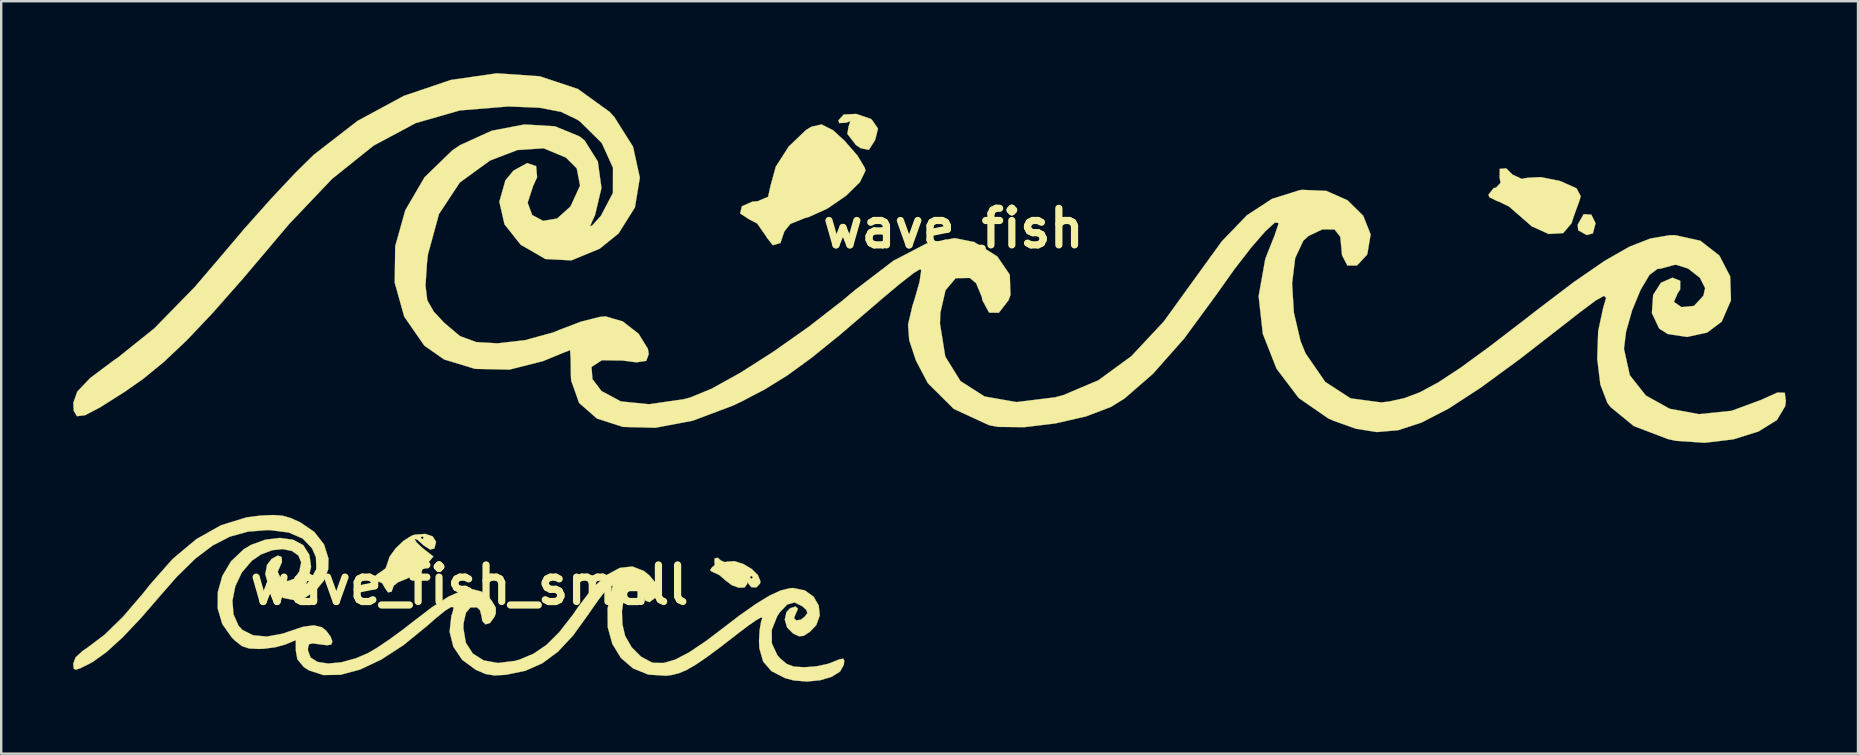
<source format=kicad_pcb>
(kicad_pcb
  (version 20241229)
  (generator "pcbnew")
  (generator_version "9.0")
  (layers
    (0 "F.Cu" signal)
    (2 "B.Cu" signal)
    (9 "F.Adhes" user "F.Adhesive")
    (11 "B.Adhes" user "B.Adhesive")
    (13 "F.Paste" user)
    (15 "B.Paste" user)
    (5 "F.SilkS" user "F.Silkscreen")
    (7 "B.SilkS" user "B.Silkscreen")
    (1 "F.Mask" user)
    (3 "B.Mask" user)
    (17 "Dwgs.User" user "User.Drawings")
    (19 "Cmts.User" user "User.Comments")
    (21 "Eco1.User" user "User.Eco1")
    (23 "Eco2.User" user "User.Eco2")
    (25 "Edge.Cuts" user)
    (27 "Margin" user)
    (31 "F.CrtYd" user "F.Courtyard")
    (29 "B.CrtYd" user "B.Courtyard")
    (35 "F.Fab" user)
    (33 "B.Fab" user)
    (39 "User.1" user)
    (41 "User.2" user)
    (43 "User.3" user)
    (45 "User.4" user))
  (footprint "wave_fish"
    (layer "F.Cu")
    (at 36.685 6.465)
    (property "Reference" "wave_fish" (at 0 0 0) (layer "F.SilkS") (effects (font (size 1.524 1.524) (thickness 0.3))))
    (attr through_hole)
    (fp_poly (pts (xy 26.581 -0.569) (xy 26.757 -0.212) (xy 26.647 0.208) (xy 26.388 0.282) (xy 26.031 0.08) (xy 26.014 -0.156) (xy 26.259 -0.59) (xy 26.581 -0.569)) (stroke (width 0.01) (type solid)) (fill yes) (layer "F.SilkS"))
    (fp_poly (pts (xy -3.461 -4.567) (xy -3.405 -4.533) (xy -3.146 -4.158) (xy -3.265 -3.679) (xy -3.525 -3.271) (xy -3.867 -3.337) (xy -4.067 -3.474) (xy -4.425 -3.937) (xy -4.374 -4.234) (xy -4.301 -4.47) (xy -4.472 -4.401) (xy -4.762 -4.386) (xy -4.798 -4.499) (xy -4.574 -4.743) (xy -4.054 -4.768) (xy -3.461 -4.567)) (stroke (width 0.01) (type solid)) (fill yes) (layer "F.SilkS"))
    (fp_poly (pts (xy 23.295 -2.239) (xy 23.678 -2.062) (xy 23.919 -2.105) (xy 24.47 -2.135) (xy 25.233 -1.983) (xy 25.321 -1.955) (xy 25.965 -1.667) (xy 26.138 -1.341) (xy 26.093 -1.171) (xy 25.838 -0.47) (xy 25.758 -0.212) (xy 25.407 0.199) (xy 24.801 0.236) (xy 24.096 -0.084) (xy 23.707 -0.423) (xy 23.153 -0.905) (xy 22.698 -1.127) (xy 22.67 -1.129) (xy 22.327 -1.298) (xy 22.296 -1.411) (xy 22.514 -1.68) (xy 22.608 -1.693) (xy 22.797 -1.899) (xy 22.758 -2.117) (xy 22.764 -2.479) (xy 23.035 -2.498) (xy 23.295 -2.239)) (stroke (width 0.01) (type solid)) (fill yes) (layer "F.SilkS"))
    (fp_poly (pts (xy -5.017 -4.086) (xy -4.536 -3.646) (xy -4 -3.029) (xy -3.696 -2.522) (xy -3.669 -2.402) (xy -3.901 -1.922) (xy -4.485 -1.352) (xy -5.253 -0.824) (xy -6.039 -0.468) (xy -6.202 -0.425) (xy -6.798 -0.184) (xy -7.055 0.138) (xy -7.056 0.147) (xy -7.211 0.613) (xy -7.532 0.703) (xy -7.799 0.361) (xy -7.806 0.337) (xy -8.18 -0.199) (xy -8.521 -0.378) (xy -8.893 -0.621) (xy -8.818 -0.92) (xy -8.371 -1.115) (xy -8.168 -1.129) (xy -7.727 -1.314) (xy -7.62 -1.796) (xy -7.405 -2.572) (xy -6.863 -3.413) (xy -6.152 -4.093) (xy -5.925 -4.234) (xy -5.497 -4.33) (xy -5.017 -4.086)) (stroke (width 0.01) (type solid)) (fill yes) (layer "F.SilkS"))
    (fp_poly (pts (xy -17.244 -6.337) (xy -15.653 -5.807) (xy -14.339 -4.86) (xy -14.138 -4.644) (xy -13.355 -3.404) (xy -13.071 -2.112) (xy -13.275 -0.872) (xy -13.957 0.214) (xy -14.742 0.848) (xy -15.922 1.336) (xy -17.005 1.28) (xy -18.041 0.68) (xy -18.711 -0.167) (xy -18.927 -1.108) (xy -18.675 -1.997) (xy -18.338 -2.405) (xy -17.766 -2.719) (xy -17.393 -2.592) (xy -17.352 -2.128) (xy -17.519 -1.764) (xy -17.745 -1.066) (xy -17.558 -0.555) (xy -17.102 -0.311) (xy -16.518 -0.41) (xy -15.962 -0.909) (xy -15.562 -1.78) (xy -15.702 -2.5) (xy -16.149 -2.947) (xy -17.08 -3.335) (xy -18.17 -3.263) (xy -19.314 -2.825) (xy -20.574 -1.908) (xy -21.441 -0.596) (xy -21.901 1.089) (xy -21.941 1.438) (xy -22.002 2.389) (xy -21.929 2.995) (xy -21.66 3.47) (xy -21.226 3.935) (xy -20.567 4.49) (xy -19.891 4.74) (xy -19.001 4.792) (xy -17.856 4.66) (xy -16.686 4.34) (xy -16.409 4.227) (xy -15.521 3.888) (xy -14.733 3.69) (xy -14.504 3.669) (xy -13.782 3.879) (xy -13.124 4.391) (xy -12.734 5.023) (xy -12.7 5.246) (xy -12.805 5.524) (xy -13.21 5.585) (xy -13.792 5.51) (xy -14.653 5.498) (xy -15.086 5.778) (xy -15.045 6.284) (xy -14.669 6.78) (xy -13.861 7.213) (xy -12.687 7.33) (xy -11.25 7.123) (xy -10.964 7.048) (xy -10.076 6.682) (xy -8.882 6.019) (xy -7.501 5.138) (xy -6.049 4.114) (xy -4.646 3.026) (xy -4.107 2.575) (xy -2.51 1.355) (xy -1.133 0.636) (xy 0.047 0.407) (xy 0.863 0.571) (xy 1.823 1.168) (xy 2.346 1.933) (xy 2.375 2.774) (xy 2.294 2.997) (xy 1.89 3.519) (xy 1.483 3.513) (xy 1.204 2.998) (xy 1.178 2.853) (xy 0.941 2.287) (xy 0.68 2.068) (xy 0.09 2.079) (xy -0.332 2.58) (xy -0.546 3.509) (xy -0.564 3.964) (xy -0.343 5.343) (xy 0.292 6.366) (xy 1.296 7.007) (xy 2.624 7.241) (xy 4.231 7.042) (xy 4.583 6.948) (xy 6.038 6.332) (xy 7.409 5.33) (xy 8.762 3.884) (xy 10.066 2.081) (xy 11.186 0.535) (xy 12.227 -0.544) (xy 13.274 -1.228) (xy 14.415 -1.587) (xy 14.517 -1.604) (xy 15.535 -1.562) (xy 16.423 -1.167) (xy 17.074 -0.526) (xy 17.384 0.256) (xy 17.246 1.071) (xy 17.225 1.11) (xy 16.818 1.547) (xy 16.414 1.55) (xy 16.192 1.122) (xy 16.19 1.105) (xy 16.131 0.48) (xy 16.119 0.353) (xy 15.878 0.049) (xy 15.37 0.044) (xy 14.796 0.318) (xy 14.578 0.516) (xy 14.24 1.237) (xy 14.11 2.296) (xy 14.184 3.509) (xy 14.46 4.691) (xy 14.67 5.209) (xy 15.491 6.399) (xy 16.549 7.085) (xy 17.819 7.255) (xy 18.16 7.216) (xy 18.794 7.075) (xy 19.448 6.827) (xy 20.201 6.421) (xy 21.132 5.809) (xy 22.32 4.942) (xy 23.844 3.773) (xy 24.223 3.476) (xy 25.842 2.246) (xy 27.131 1.357) (xy 28.17 0.764) (xy 29.044 0.423) (xy 29.831 0.289) (xy 30.058 0.282) (xy 31.125 0.517) (xy 31.918 1.135) (xy 32.367 2.006) (xy 32.4 2.998) (xy 32.016 3.888) (xy 31.408 4.344) (xy 30.571 4.526) (xy 29.766 4.405) (xy 29.408 4.177) (xy 29.103 3.532) (xy 29.156 2.776) (xy 29.48 2.268) (xy 29.961 2.057) (xy 30.286 2.186) (xy 30.282 2.55) (xy 30.18 2.703) (xy 30.023 3.066) (xy 30.336 3.283) (xy 30.859 3.233) (xy 31.249 2.811) (xy 31.322 2.49) (xy 31.105 2.062) (xy 30.611 1.675) (xy 30.102 1.516) (xy 29.997 1.536) (xy 29.474 1.679) (xy 29.334 1.693) (xy 29.004 1.941) (xy 28.629 2.573) (xy 28.28 3.419) (xy 28.027 4.311) (xy 27.94 5.02) (xy 28.184 6.121) (xy 28.851 6.966) (xy 29.845 7.519) (xy 31.069 7.744) (xy 32.426 7.604) (xy 33.641 7.156) (xy 34.328 6.846) (xy 34.64 6.848) (xy 34.688 7.19) (xy 34.662 7.406) (xy 34.316 7.989) (xy 33.549 8.465) (xy 32.499 8.794) (xy 31.306 8.937) (xy 30.107 8.856) (xy 29.774 8.783) (xy 28.347 8.239) (xy 27.38 7.446) (xy 27.249 7.273) (xy 26.957 6.513) (xy 26.826 5.44) (xy 26.865 4.286) (xy 27.081 3.28) (xy 27.097 3.237) (xy 27.197 2.899) (xy 27.107 2.813) (xy 26.755 3.012) (xy 26.071 3.524) (xy 25.615 3.882) (xy 23.621 5.431) (xy 21.983 6.632) (xy 20.632 7.512) (xy 19.503 8.096) (xy 18.528 8.414) (xy 17.641 8.49) (xy 16.774 8.353) (xy 15.862 8.029) (xy 15.611 7.918) (xy 14.386 7.07) (xy 13.462 5.851) (xy 12.889 4.392) (xy 12.716 2.827) (xy 12.99 1.287) (xy 13.094 1.016) (xy 13.376 0.307) (xy 13.534 -0.155) (xy 13.547 -0.219) (xy 13.398 -0.243) (xy 12.998 0.12) (xy 12.414 0.791) (xy 11.716 1.691) (xy 10.97 2.741) (xy 10.945 2.778) (xy 9.607 4.599) (xy 8.316 6.058) (xy 7.131 7.089) (xy 6.565 7.441) (xy 5.526 7.837) (xy 4.248 8.13) (xy 2.95 8.287) (xy 1.853 8.275) (xy 1.481 8.204) (xy 0.008 7.523) (xy -1.071 6.451) (xy -1.566 5.507) (xy -1.847 4.659) (xy -1.893 4.005) (xy -1.711 3.231) (xy -1.627 2.97) (xy -1.415 2.229) (xy -1.347 1.769) (xy -1.381 1.693) (xy -1.662 1.866) (xy -2.25 2.325) (xy -3.033 2.981) (xy -3.257 3.175) (xy -4.736 4.442) (xy -5.921 5.4) (xy -6.926 6.13) (xy -7.865 6.712) (xy -8.853 7.227) (xy -9.185 7.385) (xy -10.869 8.018) (xy -12.423 8.311) (xy -13.776 8.276) (xy -14.859 7.927) (xy -15.602 7.278) (xy -15.934 6.341) (xy -15.946 6.104) (xy -15.954 5.436) (xy -15.976 5.092) (xy -15.982 5.08) (xy -16.237 5.177) (xy -16.835 5.422) (xy -17.102 5.533) (xy -18.504 5.888) (xy -19.938 5.857) (xy -21.227 5.465) (xy -22.052 4.889) (xy -22.89 3.681) (xy -23.287 2.261) (xy -23.265 0.743) (xy -22.844 -0.758) (xy -22.044 -2.127) (xy -20.886 -3.25) (xy -20.557 -3.47) (xy -19.246 -4.067) (xy -17.879 -4.329) (xy -16.607 -4.252) (xy -15.583 -3.831) (xy -15.368 -3.657) (xy -14.822 -2.786) (xy -14.67 -1.685) (xy -14.937 -0.553) (xy -14.974 -0.475) (xy -15.147 -0.088) (xy -15.062 -0.113) (xy -14.691 -0.525) (xy -14.193 -1.478) (xy -14.191 -2.526) (xy -14.657 -3.554) (xy -15.564 -4.45) (xy -15.682 -4.531) (xy -16.359 -4.855) (xy -17.255 -5.026) (xy -18.538 -5.078) (xy -18.553 -5.078) (xy -20.572 -4.913) (xy -22.417 -4.383) (xy -24.166 -3.447) (xy -25.896 -2.061) (xy -27.684 -0.181) (xy -28.029 0.226) (xy -29.585 2.066) (xy -30.87 3.524) (xy -31.952 4.666) (xy -32.899 5.562) (xy -33.777 6.28) (xy -34.545 6.817) (xy -35.555 7.456) (xy -36.188 7.788) (xy -36.529 7.83) (xy -36.664 7.601) (xy -36.68 7.267) (xy -36.512 6.8) (xy -35.974 6.236) (xy -35.003 5.509) (xy -34.823 5.387) (xy -33.302 4.167) (xy -31.626 2.452) (xy -30.602 1.255) (xy -29.544 0.007) (xy -28.44 -1.231) (xy -27.424 -2.313) (xy -26.659 -3.066) (xy -24.836 -4.477) (xy -22.907 -5.52) (xy -20.947 -6.184) (xy -19.034 -6.46) (xy -17.244 -6.337)) (stroke (width 0.01) (type solid)) (fill yes) (layer "F.SilkS")))
  (footprint "wave_fish_small"
    (layer "F.Cu")
    (at 16.515 21.327)
    (property "Reference" "wave_fish_small" (at 0 0 0) (layer "F.SilkS") (effects (font (size 1.524 1.524) (thickness 0.3))))
    (attr through_hole)
    (fp_poly (pts (xy 10.474 -1.022) (xy 10.639 -0.952) (xy 10.736 -0.972) (xy 11.05 -0.991) (xy 11.413 -0.875) (xy 11.758 -0.668) (xy 12.018 -0.413) (xy 12.125 -0.157) (xy 12.11 -0.062) (xy 11.951 0.105) (xy 11.747 0.093) (xy 11.641 -0.032) (xy 11.584 -0.125) (xy 11.567 -0.032) (xy 11.462 0.106) (xy 11.224 0.115) (xy 10.931 0.009) (xy 10.668 -0.191) (xy 10.522 -0.318) (xy 11.684 -0.318) (xy 11.748 -0.254) (xy 11.811 -0.318) (xy 11.748 -0.381) (xy 11.684 -0.318) (xy 10.522 -0.318) (xy 10.419 -0.407) (xy 10.214 -0.507) (xy 10.201 -0.508) (xy 10.047 -0.584) (xy 10.033 -0.635) (xy 10.127 -0.758) (xy 10.156 -0.762) (xy 10.226 -0.855) (xy 10.206 -0.953) (xy 10.218 -1.112) (xy 10.35 -1.132) (xy 10.474 -1.022)) (stroke (width 0.01) (type solid)) (fill yes) (layer "F.SilkS"))
    (fp_poly (pts (xy -1.535 -2.027) (xy -1.399 -1.812) (xy -1.397 -1.777) (xy -1.462 -1.518) (xy -1.643 -1.476) (xy -1.916 -1.652) (xy -1.967 -1.702) (xy -2.174 -1.881) (xy -2.281 -1.923) (xy -2.286 -1.908) (xy -2.195 -1.765) (xy -1.968 -1.55) (xy -1.895 -1.491) (xy -1.505 -1.185) (xy -1.841 -0.785) (xy -2.196 -0.479) (xy -2.622 -0.254) (xy -2.676 -0.236) (xy -2.988 -0.107) (xy -3.162 0.035) (xy -3.175 0.076) (xy -3.247 0.282) (xy -3.396 0.31) (xy -3.516 0.14) (xy -3.639 -0.073) (xy -3.754 -0.127) (xy -3.965 -0.193) (xy -3.977 -0.34) (xy -3.789 -0.491) (xy -3.754 -0.505) (xy -3.493 -0.695) (xy -3.429 -0.881) (xy -3.329 -1.181) (xy -3.077 -1.527) (xy -2.744 -1.844) (xy -2.544 -1.968) (xy -2.032 -1.968) (xy -1.968 -1.905) (xy -1.905 -1.968) (xy -1.968 -2.032) (xy -2.032 -1.968) (xy -2.544 -1.968) (xy -2.4 -2.058) (xy -2.284 -2.096) (xy -1.847 -2.128) (xy -1.535 -2.027)) (stroke (width 0.01) (type solid)) (fill yes) (layer "F.SilkS"))
    (fp_poly (pts (xy -7.785 -2.885) (xy -7.441 -2.786) (xy -7.061 -2.615) (xy -6.466 -2.211) (xy -6.064 -1.694) (xy -5.876 -1.102) (xy -5.886 -0.659) (xy -6.068 -0.179) (xy -6.414 0.239) (xy -6.852 0.532) (xy -7.291 0.635) (xy -7.762 0.54) (xy -8.142 0.292) (xy -8.401 -0.055) (xy -8.51 -0.449) (xy -8.438 -0.834) (xy -8.252 -1.082) (xy -7.992 -1.225) (xy -7.827 -1.165) (xy -7.813 -0.95) (xy -7.893 -0.779) (xy -7.992 -0.546) (xy -7.903 -0.358) (xy -7.85 -0.302) (xy -7.575 -0.161) (xy -7.307 -0.259) (xy -7.094 -0.56) (xy -7.014 -0.94) (xy -7.131 -1.229) (xy -7.401 -1.417) (xy -7.779 -1.493) (xy -8.222 -1.448) (xy -8.686 -1.273) (xy -9.075 -1.004) (xy -9.49 -0.516) (xy -9.76 0.057) (xy -9.878 0.655) (xy -9.836 1.221) (xy -9.625 1.696) (xy -9.462 1.873) (xy -9.017 2.097) (xy -8.439 2.149) (xy -7.78 2.028) (xy -7.556 1.95) (xy -6.94 1.743) (xy -6.487 1.681) (xy -6.156 1.762) (xy -5.981 1.893) (xy -5.787 2.151) (xy -5.715 2.361) (xy -5.76 2.484) (xy -5.938 2.513) (xy -6.223 2.477) (xy -6.546 2.434) (xy -6.692 2.475) (xy -6.73 2.636) (xy -6.731 2.722) (xy -6.624 3.022) (xy -6.33 3.207) (xy -5.887 3.274) (xy -5.337 3.222) (xy -4.719 3.05) (xy -4.22 2.834) (xy -3.843 2.612) (xy -3.344 2.276) (xy -2.795 1.875) (xy -2.378 1.551) (xy -1.564 0.928) (xy -0.89 0.495) (xy -0.334 0.246) (xy 0.124 0.176) (xy 0.506 0.277) (xy 0.833 0.545) (xy 0.93 0.664) (xy 1.097 0.944) (xy 1.098 1.181) (xy 1.041 1.33) (xy 0.855 1.585) (xy 0.665 1.643) (xy 0.533 1.502) (xy 0.508 1.33) (xy 0.44 1.059) (xy 0.316 0.934) (xy 0.043 0.935) (xy -0.148 1.159) (xy -0.245 1.584) (xy -0.254 1.803) (xy -0.152 2.407) (xy 0.139 2.859) (xy 0.593 3.144) (xy 1.185 3.251) (xy 1.891 3.164) (xy 2.096 3.106) (xy 2.675 2.862) (xy 3.209 2.496) (xy 3.736 1.973) (xy 4.294 1.258) (xy 4.547 0.891) (xy 5.137 0.122) (xy 5.711 -0.413) (xy 6.264 -0.712) (xy 6.786 -0.77) (xy 7.27 -0.584) (xy 7.503 -0.391) (xy 7.784 -0.054) (xy 7.859 0.224) (xy 7.743 0.51) (xy 7.703 0.567) (xy 7.496 0.717) (xy 7.318 0.646) (xy 7.239 0.384) (xy 7.239 0.37) (xy 7.153 0.113) (xy 6.945 0.033) (xy 6.689 0.141) (xy 6.584 0.247) (xy 6.425 0.599) (xy 6.353 1.094) (xy 6.372 1.635) (xy 6.485 2.119) (xy 6.758 2.595) (xy 7.151 2.987) (xy 7.586 3.223) (xy 7.68 3.246) (xy 8.093 3.25) (xy 8.575 3.109) (xy 9.153 2.808) (xy 9.854 2.337) (xy 10.402 1.922) (xy 11.25 1.273) (xy 11.942 0.786) (xy 12.503 0.444) (xy 12.961 0.233) (xy 13.34 0.137) (xy 13.492 0.127) (xy 13.979 0.227) (xy 14.34 0.488) (xy 14.553 0.854) (xy 14.598 1.269) (xy 14.451 1.675) (xy 14.186 1.953) (xy 13.925 2.122) (xy 13.728 2.137) (xy 13.488 2.025) (xy 13.234 1.771) (xy 13.138 1.441) (xy 13.21 1.127) (xy 13.361 0.971) (xy 13.59 0.898) (xy 13.689 0.991) (xy 13.601 1.192) (xy 13.523 1.382) (xy 13.617 1.477) (xy 13.808 1.446) (xy 13.95 1.34) (xy 14.08 1.175) (xy 14.037 1.039) (xy 13.863 0.883) (xy 13.547 0.73) (xy 13.242 0.814) (xy 12.932 1.14) (xy 12.821 1.31) (xy 12.596 1.877) (xy 12.6 2.432) (xy 12.828 2.924) (xy 12.944 3.058) (xy 13.222 3.291) (xy 13.515 3.4) (xy 13.939 3.429) (xy 13.964 3.429) (xy 14.452 3.39) (xy 14.92 3.291) (xy 15.069 3.239) (xy 15.412 3.1) (xy 15.576 3.069) (xy 15.618 3.155) (xy 15.598 3.333) (xy 15.44 3.612) (xy 15.091 3.829) (xy 14.613 3.971) (xy 14.063 4.025) (xy 13.501 3.977) (xy 13.145 3.88) (xy 12.582 3.59) (xy 12.237 3.191) (xy 12.081 2.645) (xy 12.065 2.334) (xy 12.089 1.891) (xy 12.152 1.521) (xy 12.202 1.378) (xy 12.166 1.347) (xy 11.966 1.457) (xy 11.635 1.684) (xy 11.218 1.999) (xy 10.468 2.58) (xy 9.877 3.018) (xy 9.412 3.334) (xy 9.036 3.549) (xy 8.715 3.683) (xy 8.415 3.756) (xy 8.189 3.784) (xy 7.449 3.735) (xy 6.817 3.478) (xy 6.312 3.043) (xy 5.954 2.461) (xy 5.761 1.762) (xy 5.755 0.975) (xy 5.911 0.254) (xy 5.968 0.038) (xy 5.908 0.029) (xy 5.784 0.125) (xy 5.609 0.316) (xy 5.347 0.658) (xy 5.049 1.084) (xy 4.969 1.204) (xy 4.318 2.106) (xy 3.684 2.785) (xy 3.032 3.266) (xy 2.327 3.577) (xy 1.535 3.741) (xy 1.524 3.743) (xy 1.044 3.772) (xy 0.669 3.711) (xy 0.261 3.535) (xy 0.254 3.531) (xy -0.306 3.118) (xy -0.673 2.575) (xy -0.829 1.949) (xy -0.756 1.287) (xy -0.696 1.111) (xy -0.659 0.931) (xy -0.764 0.917) (xy -1.019 1.075) (xy -1.433 1.411) (xy -1.779 1.716) (xy -2.751 2.508) (xy -3.685 3.114) (xy -4.564 3.527) (xy -5.37 3.743) (xy -6.087 3.755) (xy -6.696 3.558) (xy -6.909 3.416) (xy -7.172 3.099) (xy -7.239 2.728) (xy -7.239 2.299) (xy -7.679 2.483) (xy -8.078 2.594) (xy -8.571 2.659) (xy -8.774 2.667) (xy -9.187 2.646) (xy -9.477 2.551) (xy -9.76 2.331) (xy -9.909 2.186) (xy -10.303 1.627) (xy -10.493 0.981) (xy -10.488 0.297) (xy -10.301 -0.374) (xy -9.939 -0.984) (xy -9.415 -1.483) (xy -9.106 -1.67) (xy -8.506 -1.888) (xy -7.897 -1.96) (xy -7.349 -1.885) (xy -6.936 -1.665) (xy -6.927 -1.656) (xy -6.671 -1.254) (xy -6.601 -0.752) (xy -6.728 -0.235) (xy -6.738 -0.214) (xy -6.816 -0.04) (xy -6.778 -0.051) (xy -6.611 -0.236) (xy -6.383 -0.67) (xy -6.4 -1.157) (xy -6.559 -1.522) (xy -6.947 -1.931) (xy -7.534 -2.186) (xy -8.317 -2.285) (xy -8.434 -2.286) (xy -9.237 -2.221) (xy -9.982 -2.014) (xy -10.702 -1.645) (xy -11.429 -1.094) (xy -12.195 -0.342) (xy -12.817 0.368) (xy -13.698 1.387) (xy -14.463 2.192) (xy -15.123 2.793) (xy -15.685 3.198) (xy -15.848 3.288) (xy -16.217 3.471) (xy -16.415 3.535) (xy -16.495 3.479) (xy -16.51 3.302) (xy -16.51 3.27) (xy -16.417 3.02) (xy -16.12 2.747) (xy -15.923 2.614) (xy -15.212 2.078) (xy -14.445 1.331) (xy -13.61 0.359) (xy -13.331 0.004) (xy -12.377 -1.078) (xy -11.384 -1.91) (xy -10.353 -2.49) (xy -9.282 -2.82) (xy -8.699 -2.893) (xy -8.169 -2.915) (xy -7.785 -2.885)) (stroke (width 0.01) (type solid)) (fill yes) (layer "F.SilkS")))
  (gr_rect
    (start -3 -3)
    (end 74.378 28.357)
    (stroke (width 0.1) (type default))
    (fill no)
    (layer "Edge.Cuts")))
</source>
